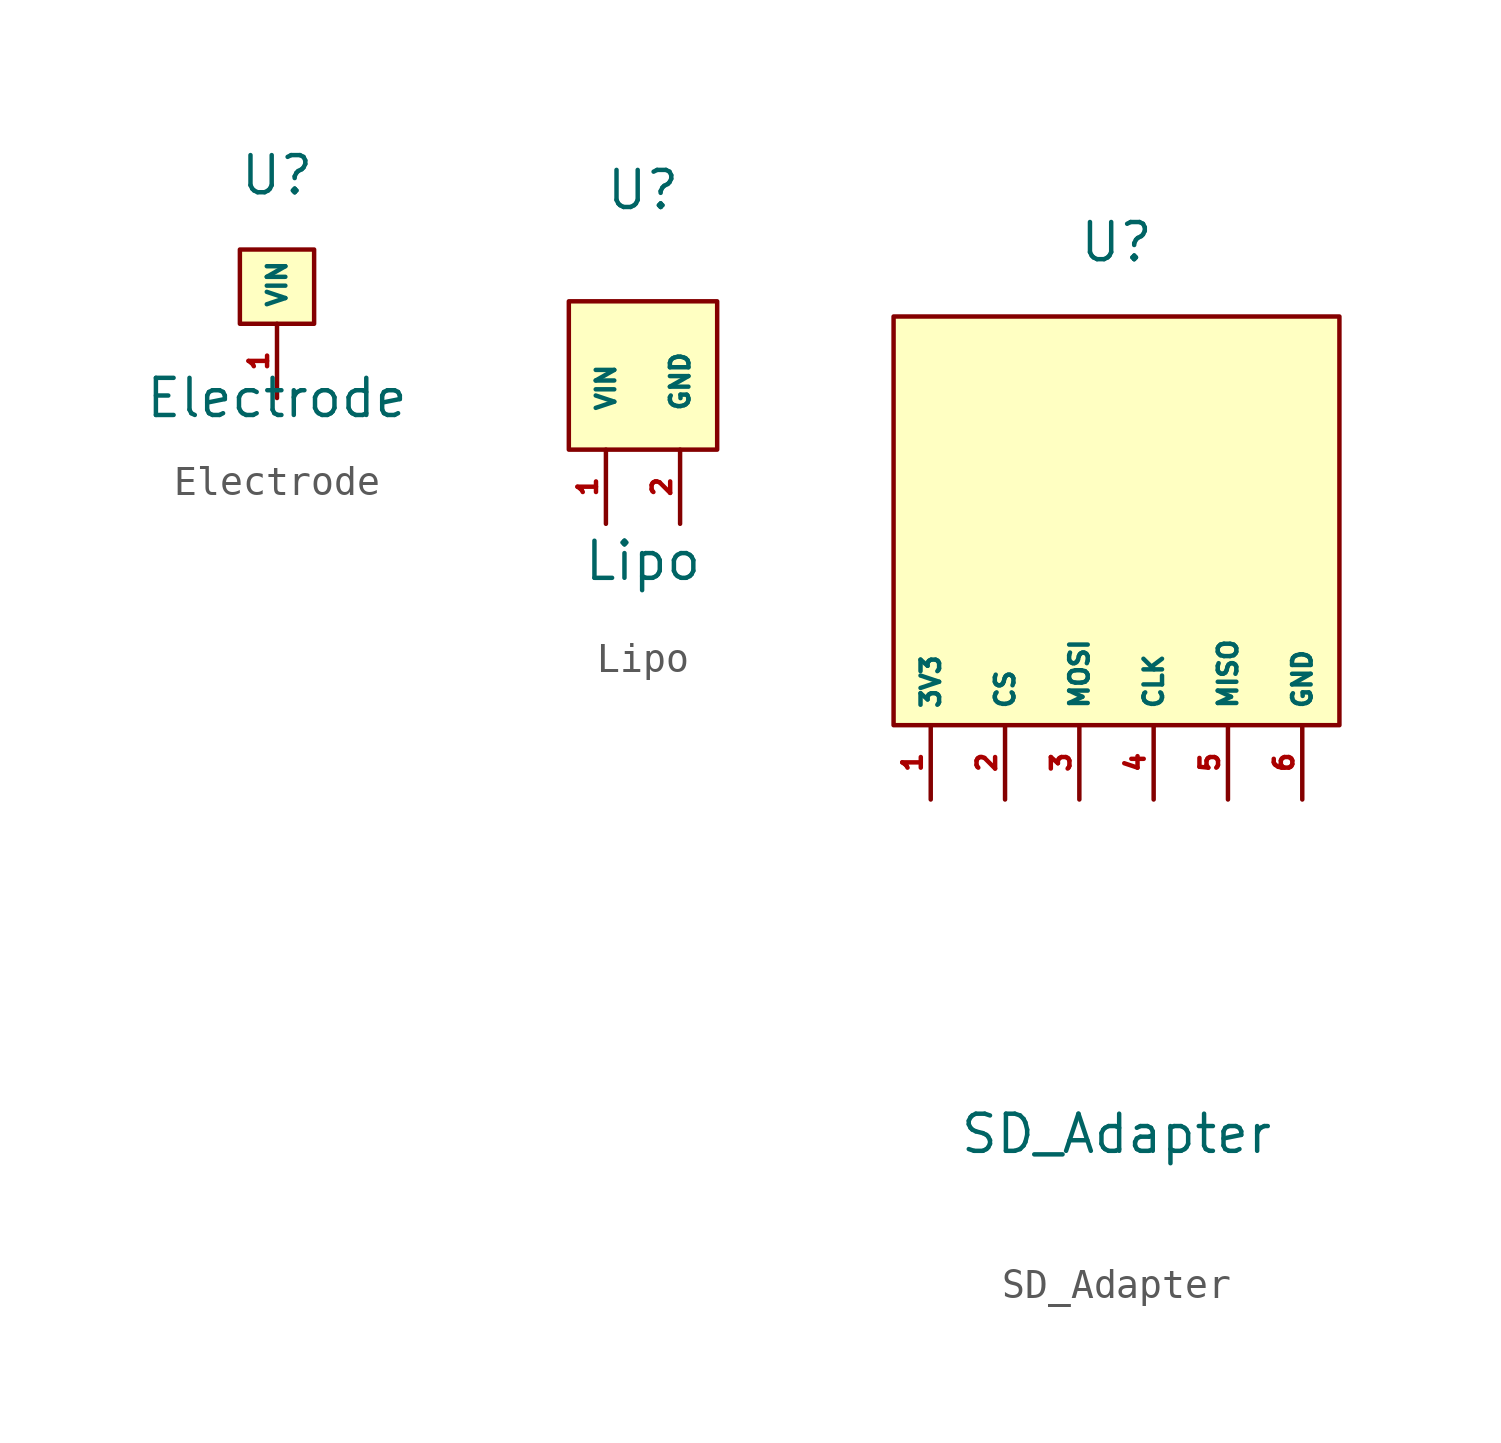
<source format=kicad_sym>
(kicad_symbol_lib
  (version 20211014)
  (generator kicad_symbol_editor)
  (symbol "Electrode"
    (property "Reference" "U"
      (at 0 3.81 0)
      (effects (font (size 1.27 1.27))))
    (property "Value" "Electrode"
      (at 0 -3.81 0)
      (effects (font (size 1.27 1.27))))
    (symbol "Electrode_0_1"
      (rectangle (start -1.27 1.27) (end 1.27 -1.27) (stroke (width 0) (type default) (color 0 0 0 0)) (fill (type background))))
    (symbol "Electrode_1_1"
      (pin input line (at 0 -3.81 90) (length 2.54) (name "VIN" (effects (font (size 0.635 0.635)))) (number "1" (effects (font (size 0.635 0.635)))))))
  (symbol "Lipo"
    (pin_names
      (offset 1.27))
    (property "Reference" "U"
      (at 0 6.35 0)
      (effects (font (size 1.27 1.27))))
    (property "Value" "Lipo"
      (at 0 -6.35 0)
      (effects (font (size 1.27 1.27))))
    (symbol "Lipo_0_1"
      (rectangle (start -2.54 2.54) (end 2.54 -2.54) (stroke (width 0) (type default) (color 0 0 0 0)) (fill (type background))))
    (symbol "Lipo_1_1"
      (pin power_out line (at -1.27 -5.08 90) (length 2.54) (name "VIN" (effects (font (size 0.635 0.635)))) (number "1" (effects (font (size 0.635 0.635)))))
      (pin power_in line (at 1.27 -5.08 90) (length 2.54) (name "GND" (effects (font (size 0.635 0.635)))) (number "2" (effects (font (size 0.635 0.635)))))))
  (symbol "SD_Adapter"
    (property "Reference" "U"
      (at 0 10.16 0)
      (effects (font (size 1.27 1.27))))
    (property "Value" "SD_Adapter"
      (at 0 -20.32 0)
      (effects (font (size 1.27 1.27))))
    (symbol "SD_Adapter_0_1"
      (rectangle (start -7.62 7.62) (end 7.62 -6.35) (stroke (width 0) (type default) (color 0 0 0 0)) (fill (type background))))
    (symbol "SD_Adapter_1_1"
      (pin power_in line (at -6.35 -8.89 90) (length 2.54) (name "3V3" (effects (font (size 0.635 0.635)))) (number "1" (effects (font (size 0.635 0.635)))))
      (pin input line (at -3.81 -8.89 90) (length 2.54) (name "CS" (effects (font (size 0.635 0.635)))) (number "2" (effects (font (size 0.635 0.635)))))
      (pin input line (at -1.27 -8.89 90) (length 2.54) (name "MOSI" (effects (font (size 0.635 0.635)))) (number "3" (effects (font (size 0.635 0.635)))))
      (pin input line (at 1.27 -8.89 90) (length 2.54) (name "CLK" (effects (font (size 0.635 0.635)))) (number "4" (effects (font (size 0.635 0.635)))))
      (pin output line (at 3.81 -8.89 90) (length 2.54) (name "MISO" (effects (font (size 0.635 0.635)))) (number "5" (effects (font (size 0.635 0.635)))))
      (pin power_in line (at 6.35 -8.89 90) (length 2.54) (name "GND" (effects (font (size 0.635 0.635)))) (number "6" (effects (font (size 0.635 0.635))))))))
</source>
